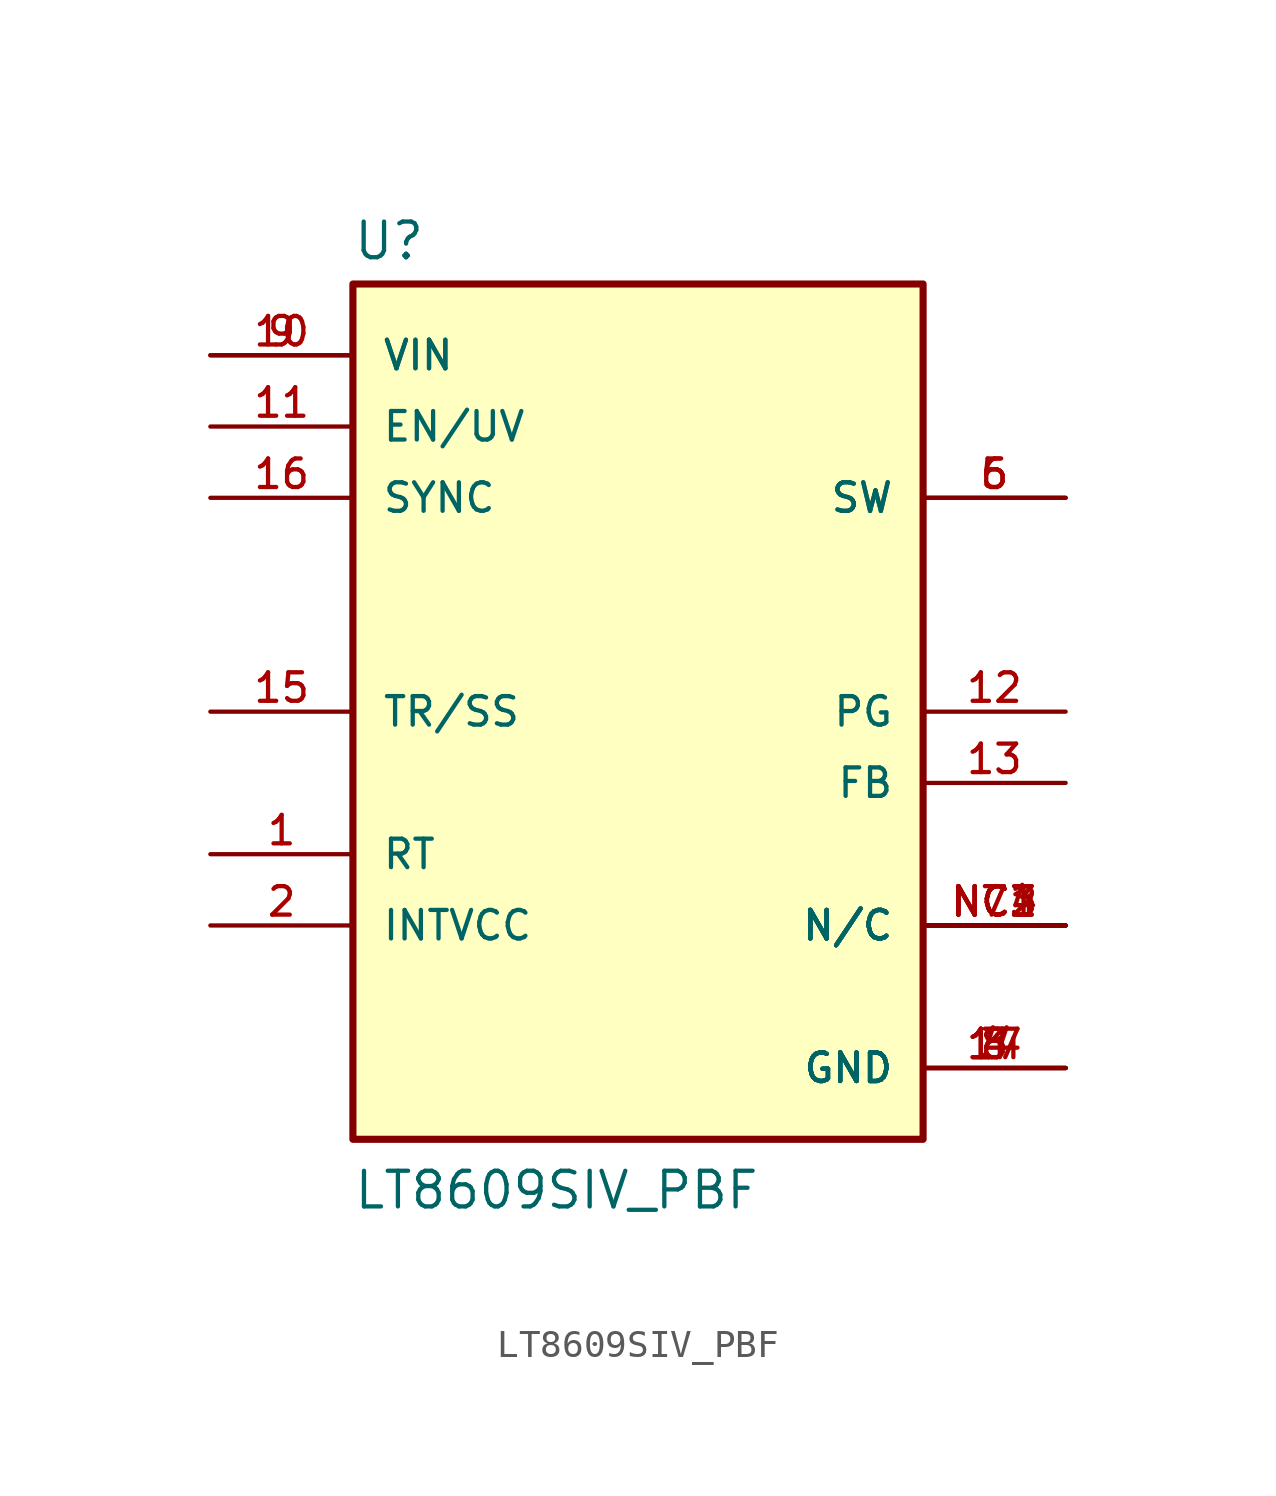
<source format=kicad_sym>
(kicad_symbol_lib
  (version 20211014)
  (generator kicad_symbol_editor)
  (symbol "LT8609SIV_PBF"
    (pin_names
      (offset 1.016))
    (property "Reference" "U"
      (at -10.179 16.032 0)
      (effects (font (size 1.27 1.27)) (justify bottom left)))
    (property "Value" "LT8609SIV_PBF"
      (at -10.168 -17.795 0)
      (effects (font (size 1.27 1.27)) (justify bottom left)))
    (symbol "LT8609SIV_PBF_0_0"
      (rectangle (start -10.16 -15.24) (end 10.16 15.24) (stroke (width 0.254)) (fill (type background)))
      (pin passive line (at -15.24 -5.08 0) (length 5.08) (name "RT" (effects (font (size 1.016 1.016)))) (number "1" (effects (font (size 1.016 1.016)))))
      (pin passive line (at -15.24 -7.62 0) (length 5.08) (name "INTVCC" (effects (font (size 1.016 1.016)))) (number "2" (effects (font (size 1.016 1.016)))))
      (pin power_in line (at 15.24 -12.7 180.0) (length 5.08) (name "GND" (effects (font (size 1.016 1.016)))) (number "3" (effects (font (size 1.016 1.016)))))
      (pin power_in line (at 15.24 -12.7 180.0) (length 5.08) (name "GND" (effects (font (size 1.016 1.016)))) (number "4" (effects (font (size 1.016 1.016)))))
      (pin power_in line (at 15.24 -12.7 180.0) (length 5.08) (name "GND" (effects (font (size 1.016 1.016)))) (number "8" (effects (font (size 1.016 1.016)))))
      (pin power_in line (at 15.24 -12.7 180.0) (length 5.08) (name "GND" (effects (font (size 1.016 1.016)))) (number "14" (effects (font (size 1.016 1.016)))))
      (pin power_in line (at 15.24 -12.7 180.0) (length 5.08) (name "GND" (effects (font (size 1.016 1.016)))) (number "17" (effects (font (size 1.016 1.016)))))
      (pin output line (at 15.24 7.62 180.0) (length 5.08) (name "SW" (effects (font (size 1.016 1.016)))) (number "5" (effects (font (size 1.016 1.016)))))
      (pin output line (at 15.24 7.62 180.0) (length 5.08) (name "SW" (effects (font (size 1.016 1.016)))) (number "6" (effects (font (size 1.016 1.016)))))
      (pin passive line (at 15.24 -7.62 180.0) (length 5.08) (name "N/C" (effects (font (size 1.016 1.016)))) (number "7" (effects (font (size 1.016 1.016)))))
      (pin passive line (at 15.24 -7.62 180.0) (length 5.08) (name "N/C" (effects (font (size 1.016 1.016)))) (number "NC1" (effects (font (size 1.016 1.016)))))
      (pin passive line (at 15.24 -7.62 180.0) (length 5.08) (name "N/C" (effects (font (size 1.016 1.016)))) (number "NC2" (effects (font (size 1.016 1.016)))))
      (pin passive line (at 15.24 -7.62 180.0) (length 5.08) (name "N/C" (effects (font (size 1.016 1.016)))) (number "NC3" (effects (font (size 1.016 1.016)))))
      (pin passive line (at 15.24 -7.62 180.0) (length 5.08) (name "N/C" (effects (font (size 1.016 1.016)))) (number "NC4" (effects (font (size 1.016 1.016)))))
      (pin input line (at -15.24 12.7 0) (length 5.08) (name "VIN" (effects (font (size 1.016 1.016)))) (number "9" (effects (font (size 1.016 1.016)))))
      (pin input line (at -15.24 12.7 0) (length 5.08) (name "VIN" (effects (font (size 1.016 1.016)))) (number "10" (effects (font (size 1.016 1.016)))))
      (pin input line (at -15.24 10.16 0) (length 5.08) (name "EN/UV" (effects (font (size 1.016 1.016)))) (number "11" (effects (font (size 1.016 1.016)))))
      (pin output line (at 15.24 0.0 180.0) (length 5.08) (name "PG" (effects (font (size 1.016 1.016)))) (number "12" (effects (font (size 1.016 1.016)))))
      (pin input line (at 15.24 -2.54 180.0) (length 5.08) (name "FB" (effects (font (size 1.016 1.016)))) (number "13" (effects (font (size 1.016 1.016)))))
      (pin input line (at -15.24 0.0 0) (length 5.08) (name "TR/SS" (effects (font (size 1.016 1.016)))) (number "15" (effects (font (size 1.016 1.016)))))
      (pin input line (at -15.24 7.62 0) (length 5.08) (name "SYNC" (effects (font (size 1.016 1.016)))) (number "16" (effects (font (size 1.016 1.016))))))))
</source>
